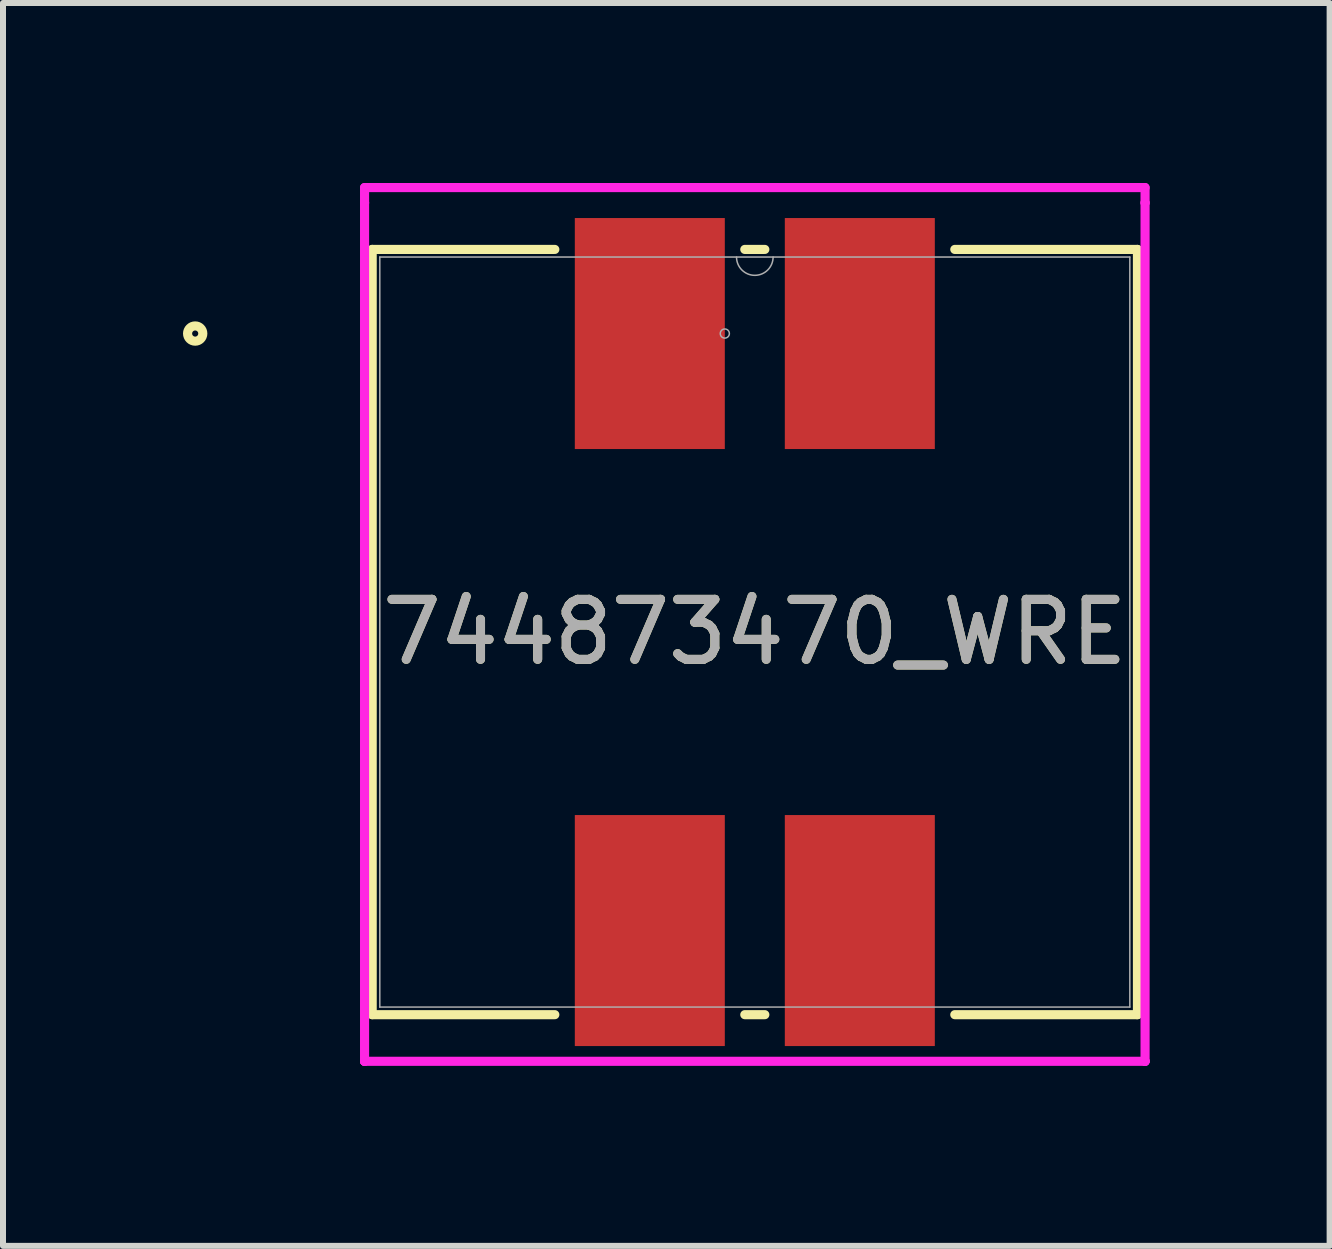
<source format=kicad_pcb>
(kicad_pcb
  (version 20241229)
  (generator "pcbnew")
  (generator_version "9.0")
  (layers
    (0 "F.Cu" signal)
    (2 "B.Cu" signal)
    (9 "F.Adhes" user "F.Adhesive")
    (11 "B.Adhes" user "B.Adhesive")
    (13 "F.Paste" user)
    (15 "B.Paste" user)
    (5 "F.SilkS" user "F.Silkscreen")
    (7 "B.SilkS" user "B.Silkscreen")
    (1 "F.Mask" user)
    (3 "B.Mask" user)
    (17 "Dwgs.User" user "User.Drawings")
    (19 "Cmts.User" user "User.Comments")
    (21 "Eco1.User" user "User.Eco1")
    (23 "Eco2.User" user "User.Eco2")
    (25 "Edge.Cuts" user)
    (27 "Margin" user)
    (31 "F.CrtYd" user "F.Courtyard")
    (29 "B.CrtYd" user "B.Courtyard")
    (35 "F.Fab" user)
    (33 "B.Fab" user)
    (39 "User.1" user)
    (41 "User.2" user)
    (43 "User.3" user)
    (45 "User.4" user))
  (footprint "744873470_WRE"
    (layer "F.Cu")
    (at 9.53 7.484)
    (property "Reference" "744873470_WRE" (at 0 0 0) (unlocked yes) (layer "F.SilkS") (effects (font (size 1 1) (thickness 0.15))))
    (attr smd)
    (fp_line (start -6.377 -6.377) (end -6.377 6.377) (stroke (width 0.152) (type solid)) (layer "F.SilkS"))
    (fp_line (start -6.377 6.377) (end -3.333 6.377) (stroke (width 0.152) (type solid)) (layer "F.SilkS"))
    (fp_line (start -3.333 -6.377) (end -6.377 -6.377) (stroke (width 0.152) (type solid)) (layer "F.SilkS"))
    (fp_line (start -0.167 6.377) (end 0.167 6.377) (stroke (width 0.152) (type solid)) (layer "F.SilkS"))
    (fp_line (start 0.167 -6.377) (end -0.167 -6.377) (stroke (width 0.152) (type solid)) (layer "F.SilkS"))
    (fp_line (start 3.333 6.377) (end 6.377 6.377) (stroke (width 0.152) (type solid)) (layer "F.SilkS"))
    (fp_line (start 6.377 -6.377) (end 3.333 -6.377) (stroke (width 0.152) (type solid)) (layer "F.SilkS"))
    (fp_line (start 6.377 6.377) (end 6.377 -6.377) (stroke (width 0.152) (type solid)) (layer "F.SilkS"))
    (fp_circle (center -9.327 -4.975) (end -9.2 -4.975) (stroke (width 0.152) (type solid)) (fill no) (layer "F.SilkS"))
    (fp_line (start -6.504 -7.408) (end 6.504 -7.408) (stroke (width 0.152) (type solid)) (layer "F.CrtYd"))
    (fp_line (start -6.504 -7.154) (end -6.504 -7.408) (stroke (width 0.152) (type solid)) (layer "F.CrtYd"))
    (fp_line (start -6.504 -7.154) (end -6.504 -7.154) (stroke (width 0.152) (type solid)) (layer "F.CrtYd"))
    (fp_line (start -6.504 7.154) (end -6.504 -7.154) (stroke (width 0.152) (type solid)) (layer "F.CrtYd"))
    (fp_line (start -6.504 7.154) (end -6.504 7.154) (stroke (width 0.152) (type solid)) (layer "F.CrtYd"))
    (fp_line (start -6.504 7.154) (end -6.504 7.154) (stroke (width 0.152) (type solid)) (layer "F.CrtYd"))
    (fp_line (start 6.504 -7.408) (end 6.504 -7.154) (stroke (width 0.152) (type solid)) (layer "F.CrtYd"))
    (fp_line (start 6.504 -7.154) (end 6.504 -7.154) (stroke (width 0.152) (type solid)) (layer "F.CrtYd"))
    (fp_line (start 6.504 -7.154) (end 6.504 7.154) (stroke (width 0.152) (type solid)) (layer "F.CrtYd"))
    (fp_line (start 6.504 7.154) (end -6.504 7.154) (stroke (width 0.152) (type solid)) (layer "F.CrtYd"))
    (fp_line (start 6.504 7.154) (end 6.504 7.154) (stroke (width 0.152) (type solid)) (layer "F.CrtYd"))
    (fp_line (start 6.504 7.154) (end 6.504 7.154) (stroke (width 0.152) (type solid)) (layer "F.CrtYd"))
    (fp_line (start -6.25 -6.25) (end -6.25 6.25) (stroke (width 0.025) (type solid)) (layer "F.Fab"))
    (fp_line (start -6.25 6.25) (end 6.25 6.25) (stroke (width 0.025) (type solid)) (layer "F.Fab"))
    (fp_line (start 6.25 -6.25) (end -6.25 -6.25) (stroke (width 0.025) (type solid)) (layer "F.Fab"))
    (fp_line (start 6.25 6.25) (end 6.25 -6.25) (stroke (width 0.025) (type solid)) (layer "F.Fab"))
    (fp_arc (start 0.3048 -6.25) (mid 0 -5.9452) (end -0.3048 -6.25) (stroke (width 0.0254) (type solid)) (layer "F.Fab"))
    (fp_circle (center -0.5 -4.975) (end -0.424 -4.975) (stroke (width 0.025) (type solid)) (fill no) (layer "F.Fab"))
    (fp_text user "${REFERENCE}" (at 0 0 0) (unlocked yes) (layer "F.Fab") (effects (font (size 1 1) (thickness 0.15))))
    (pad "1" smd rect (at 1.75 -4.975) (size 2.5 3.85) (layers "F.Cu" "F.Mask" "F.Paste"))
    (pad "2" smd rect (at -1.75 -4.975) (size 2.5 3.85) (layers "F.Cu" "F.Mask" "F.Paste"))
    (pad "3" smd rect (at -1.75 4.975) (size 2.5 3.85) (layers "F.Cu" "F.Mask" "F.Paste"))
    (pad "4" smd rect (at 1.75 4.975) (size 2.5 3.85) (layers "F.Cu" "F.Mask" "F.Paste")))
  (gr_rect
    (start -3 -3)
    (end 19.11 17.714)
    (stroke (width 0.1) (type default))
    (fill no)
    (layer "Edge.Cuts")))
</source>
